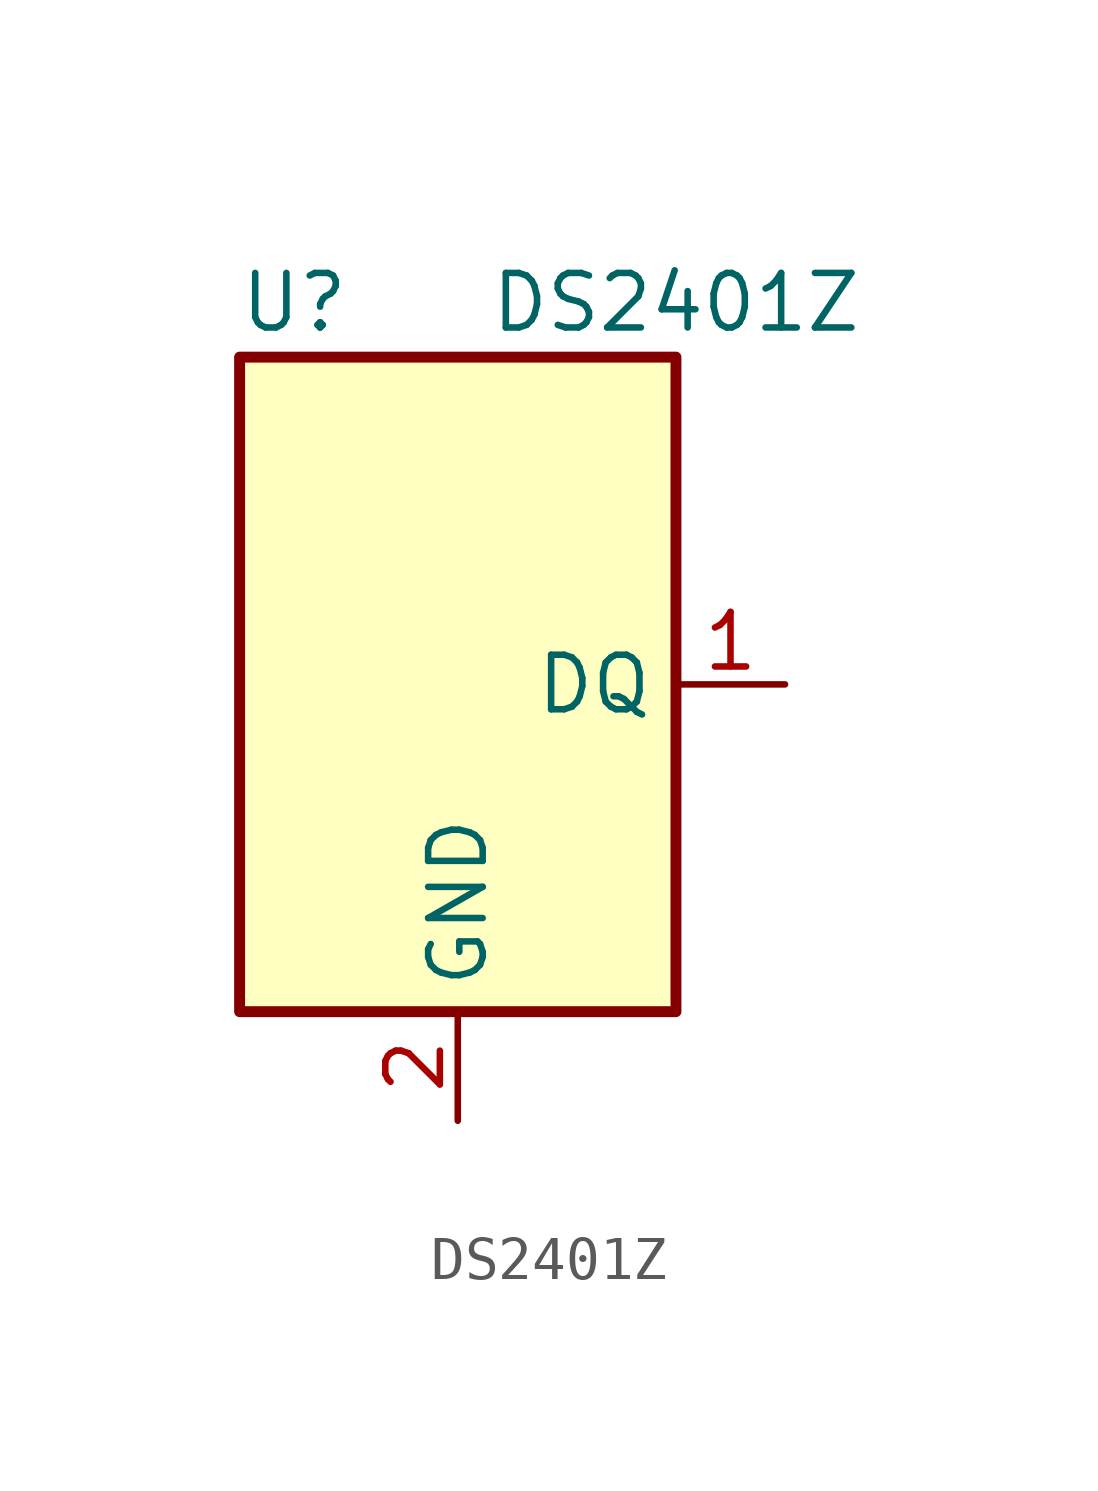
<source format=kicad_sym>
(kicad_symbol_lib
  (version 20211014)
  (generator kicad_symbol_editor)
  (symbol "DS2401Z"
    (property "Reference" "U"
      (at -3.81 8.89 0)
      (effects (font (size 1.27 1.27))))
    (property "Value" "DS2401Z"
      (at 5.08 8.89 0)
      (effects (font (size 1.27 1.27))))
    (symbol "DS2401Z_0_1"
      (rectangle (start 5.08 -7.62) (end -5.08 7.62) (stroke (width 0.254) (type default) (color 0 0 0 0)) (fill (type background))))
    (symbol "DS2401Z_1_1"
      (pin bidirectional line (at 7.62 0 180) (length 2.54) (name "DQ" (effects (font (size 1.27 1.27)))) (number "1" (effects (font (size 1.27 1.27)))))
      (pin power_in line (at 0 -10.16 90) (length 2.54) (name "GND" (effects (font (size 1.27 1.27)))) (number "2" (effects (font (size 1.27 1.27)))))
      (pin no_connect line (at -5.08 0 0) (length 2.54) hide (name "NC" (effects (font (size 1.27 1.27)))) (number "3" (effects (font (size 1.27 1.27)))))
      (pin passive line (at 0 -10.16 90) (length 2.54) hide (name "GND" (effects (font (size 1.27 1.27)))) (number "4" (effects (font (size 1.27 1.27))))))))
</source>
